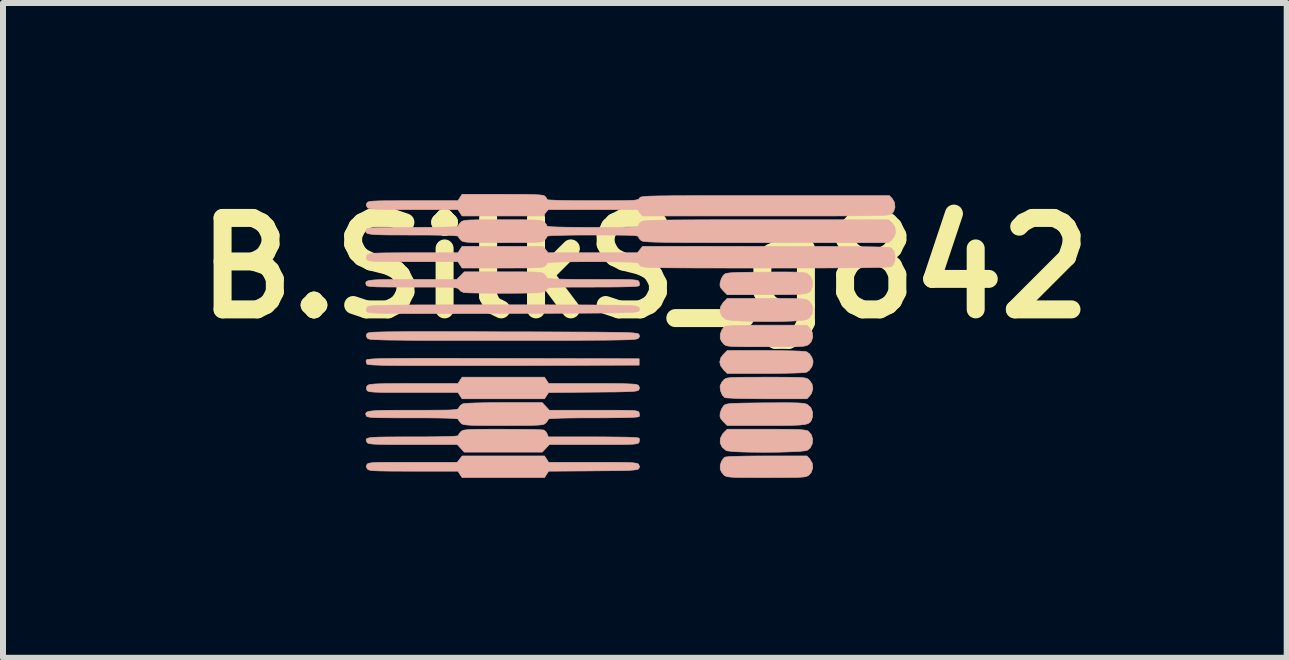
<source format=kicad_pcb>
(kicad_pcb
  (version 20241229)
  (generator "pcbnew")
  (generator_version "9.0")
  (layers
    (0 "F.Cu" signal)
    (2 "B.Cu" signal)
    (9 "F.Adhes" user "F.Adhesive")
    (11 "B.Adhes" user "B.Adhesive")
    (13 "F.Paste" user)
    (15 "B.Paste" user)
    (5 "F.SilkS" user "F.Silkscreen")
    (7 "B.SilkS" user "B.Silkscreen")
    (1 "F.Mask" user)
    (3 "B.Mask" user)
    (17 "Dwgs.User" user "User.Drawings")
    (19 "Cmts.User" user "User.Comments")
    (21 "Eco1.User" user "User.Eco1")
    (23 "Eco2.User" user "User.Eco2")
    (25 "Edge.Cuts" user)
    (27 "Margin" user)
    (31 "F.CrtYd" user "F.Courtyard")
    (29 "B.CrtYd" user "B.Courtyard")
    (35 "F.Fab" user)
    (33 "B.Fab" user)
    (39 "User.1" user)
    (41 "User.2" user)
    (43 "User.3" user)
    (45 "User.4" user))
  (footprint "B.SilkS_g842"
    (layer "F.Cu")
    (at 7.7 1.418)
    (property "Reference" "B.SilkS_g842" (at 0 0 0) (layer "F.SilkS") (effects (font (size 1.524 1.524) (thickness 0.3))))
    (attr through_hole)
    (fp_poly (pts (xy 2.184 1.377) (xy 2.342 1.379) (xy 2.478 1.382) (xy 2.585 1.386) (xy 2.66 1.391) (xy 2.698 1.397) (xy 2.698 1.397) (xy 2.748 1.434) (xy 2.785 1.492) (xy 2.804 1.549) (xy 2.801 1.595) (xy 2.785 1.641) (xy 2.746 1.701) (xy 2.698 1.736) (xy 2.662 1.742) (xy 2.588 1.747) (xy 2.482 1.751) (xy 2.347 1.754) (xy 2.189 1.756) (xy 2.014 1.757) (xy 2.008 1.757) (xy 1.373 1.757) (xy 1.311 1.695) (xy 1.261 1.624) (xy 1.249 1.566) (xy 1.268 1.493) (xy 1.311 1.438) (xy 1.373 1.376) (xy 2.008 1.376) (xy 2.184 1.377)) (stroke (width 0.01) (type solid)) (fill yes) (layer "B.SilkS"))
    (fp_poly (pts (xy 2.215 2.688) (xy 2.366 2.689) (xy 2.484 2.691) (xy 2.573 2.694) (xy 2.638 2.699) (xy 2.682 2.705) (xy 2.71 2.712) (xy 2.724 2.72) (xy 2.775 2.778) (xy 2.797 2.852) (xy 2.791 2.929) (xy 2.758 2.997) (xy 2.71 3.037) (xy 2.67 3.047) (xy 2.594 3.055) (xy 2.49 3.061) (xy 2.364 3.066) (xy 2.222 3.07) (xy 2.072 3.071) (xy 1.92 3.071) (xy 1.774 3.07) (xy 1.638 3.067) (xy 1.522 3.062) (xy 1.43 3.055) (xy 1.371 3.047) (xy 1.355 3.042) (xy 1.289 2.988) (xy 1.256 2.917) (xy 1.259 2.839) (xy 1.298 2.764) (xy 1.311 2.75) (xy 1.373 2.688) (xy 2.026 2.688) (xy 2.215 2.688)) (stroke (width 0.01) (type solid)) (fill yes) (layer "B.SilkS"))
    (fp_poly (pts (xy 2.213 0.508) (xy 2.359 0.508) (xy 2.473 0.51) (xy 2.558 0.512) (xy 2.621 0.515) (xy 2.664 0.52) (xy 2.694 0.527) (xy 2.715 0.536) (xy 2.732 0.548) (xy 2.741 0.556) (xy 2.787 0.62) (xy 2.802 0.695) (xy 2.786 0.77) (xy 2.741 0.832) (xy 2.697 0.859) (xy 2.652 0.869) (xy 2.571 0.877) (xy 2.463 0.884) (xy 2.334 0.888) (xy 2.19 0.891) (xy 2.039 0.891) (xy 1.888 0.89) (xy 1.743 0.887) (xy 1.61 0.883) (xy 1.497 0.877) (xy 1.411 0.869) (xy 1.358 0.859) (xy 1.348 0.855) (xy 1.283 0.8) (xy 1.254 0.728) (xy 1.26 0.651) (xy 1.304 0.577) (xy 1.311 0.57) (xy 1.373 0.508) (xy 2.029 0.508) (xy 2.213 0.508)) (stroke (width 0.01) (type solid)) (fill yes) (layer "B.SilkS"))
    (fp_poly (pts (xy -3.424 1.506) (xy -3.154 1.506) (xy -2.848 1.507) (xy -2.503 1.508) (xy -2.363 1.508) (xy -0.095 1.513) (xy -0.095 1.619) (xy -2.352 1.625) (xy -2.717 1.625) (xy -3.043 1.626) (xy -3.33 1.626) (xy -3.582 1.626) (xy -3.8 1.626) (xy -3.987 1.625) (xy -4.145 1.624) (xy -4.276 1.623) (xy -4.383 1.621) (xy -4.468 1.618) (xy -4.532 1.616) (xy -4.579 1.612) (xy -4.61 1.609) (xy -4.627 1.604) (xy -4.633 1.601) (xy -4.648 1.558) (xy -4.644 1.537) (xy -4.64 1.532) (xy -4.629 1.527) (xy -4.609 1.523) (xy -4.579 1.519) (xy -4.535 1.516) (xy -4.475 1.513) (xy -4.398 1.511) (xy -4.3 1.509) (xy -4.18 1.508) (xy -4.034 1.507) (xy -3.861 1.506) (xy -3.658 1.506) (xy -3.424 1.506)) (stroke (width 0.01) (type solid)) (fill yes) (layer "B.SilkS"))
    (fp_poly (pts (xy 2.209 1.82) (xy 2.356 1.821) (xy 2.47 1.822) (xy 2.556 1.824) (xy 2.619 1.827) (xy 2.663 1.832) (xy 2.693 1.839) (xy 2.715 1.848) (xy 2.731 1.86) (xy 2.742 1.869) (xy 2.787 1.933) (xy 2.8 2.011) (xy 2.779 2.088) (xy 2.75 2.129) (xy 2.702 2.18) (xy 2.034 2.18) (xy 1.86 2.179) (xy 1.703 2.177) (xy 1.567 2.174) (xy 1.458 2.17) (xy 1.379 2.166) (xy 1.336 2.161) (xy 1.331 2.159) (xy 1.291 2.116) (xy 1.263 2.05) (xy 1.254 1.982) (xy 1.257 1.959) (xy 1.283 1.905) (xy 1.317 1.863) (xy 1.331 1.851) (xy 1.349 1.842) (xy 1.376 1.834) (xy 1.415 1.829) (xy 1.472 1.825) (xy 1.551 1.823) (xy 1.657 1.821) (xy 1.795 1.821) (xy 1.969 1.82) (xy 2.024 1.82) (xy 2.209 1.82)) (stroke (width 0.01) (type solid)) (fill yes) (layer "B.SilkS"))
    (fp_poly (pts (xy 2.75 1.004) (xy 2.791 1.074) (xy 2.799 1.154) (xy 2.773 1.228) (xy 2.742 1.264) (xy 2.726 1.277) (xy 2.708 1.288) (xy 2.684 1.296) (xy 2.649 1.303) (xy 2.599 1.307) (xy 2.528 1.31) (xy 2.432 1.311) (xy 2.307 1.312) (xy 2.146 1.312) (xy 2.024 1.312) (xy 1.839 1.312) (xy 1.692 1.312) (xy 1.577 1.311) (xy 1.491 1.308) (xy 1.429 1.305) (xy 1.385 1.3) (xy 1.355 1.293) (xy 1.336 1.284) (xy 1.321 1.273) (xy 1.317 1.269) (xy 1.277 1.219) (xy 1.257 1.174) (xy 1.257 1.109) (xy 1.279 1.04) (xy 1.317 0.986) (xy 1.335 0.973) (xy 1.366 0.967) (xy 1.435 0.963) (xy 1.537 0.959) (xy 1.667 0.956) (xy 1.822 0.953) (xy 1.996 0.953) (xy 2.038 0.953) (xy 2.702 0.953) (xy 2.75 1.004)) (stroke (width 0.01) (type solid)) (fill yes) (layer "B.SilkS"))
    (fp_poly (pts (xy 2.75 3.184) (xy 2.791 3.255) (xy 2.799 3.334) (xy 2.773 3.408) (xy 2.742 3.444) (xy 2.726 3.458) (xy 2.708 3.468) (xy 2.684 3.477) (xy 2.649 3.483) (xy 2.599 3.487) (xy 2.528 3.49) (xy 2.432 3.491) (xy 2.307 3.492) (xy 2.146 3.492) (xy 2.024 3.493) (xy 1.839 3.492) (xy 1.692 3.492) (xy 1.577 3.491) (xy 1.491 3.489) (xy 1.429 3.485) (xy 1.385 3.48) (xy 1.355 3.473) (xy 1.336 3.464) (xy 1.321 3.453) (xy 1.317 3.45) (xy 1.277 3.399) (xy 1.257 3.354) (xy 1.257 3.289) (xy 1.279 3.22) (xy 1.317 3.166) (xy 1.335 3.153) (xy 1.366 3.148) (xy 1.435 3.143) (xy 1.537 3.139) (xy 1.667 3.136) (xy 1.822 3.134) (xy 1.996 3.133) (xy 2.038 3.133) (xy 2.702 3.133) (xy 2.75 3.184)) (stroke (width 0.01) (type solid)) (fill yes) (layer "B.SilkS"))
    (fp_poly (pts (xy 2.453 0.067) (xy 2.542 0.069) (xy 2.607 0.073) (xy 2.653 0.078) (xy 2.686 0.086) (xy 2.708 0.095) (xy 2.766 0.146) (xy 2.796 0.22) (xy 2.794 0.304) (xy 2.788 0.323) (xy 2.776 0.356) (xy 2.762 0.382) (xy 2.74 0.402) (xy 2.707 0.418) (xy 2.658 0.429) (xy 2.589 0.436) (xy 2.495 0.441) (xy 2.372 0.443) (xy 2.215 0.444) (xy 2.026 0.445) (xy 1.373 0.445) (xy 1.308 0.38) (xy 1.267 0.332) (xy 1.252 0.29) (xy 1.256 0.238) (xy 1.277 0.174) (xy 1.31 0.12) (xy 1.312 0.118) (xy 1.326 0.105) (xy 1.344 0.095) (xy 1.37 0.088) (xy 1.41 0.082) (xy 1.467 0.078) (xy 1.547 0.074) (xy 1.655 0.072) (xy 1.795 0.07) (xy 1.971 0.068) (xy 2 0.068) (xy 2.187 0.066) (xy 2.337 0.066) (xy 2.453 0.067)) (stroke (width 0.01) (type solid)) (fill yes) (layer "B.SilkS"))
    (fp_poly (pts (xy 2.453 2.247) (xy 2.542 2.249) (xy 2.607 2.253) (xy 2.653 2.258) (xy 2.686 2.266) (xy 2.708 2.275) (xy 2.766 2.326) (xy 2.796 2.401) (xy 2.794 2.484) (xy 2.788 2.503) (xy 2.776 2.536) (xy 2.762 2.562) (xy 2.74 2.582) (xy 2.707 2.598) (xy 2.658 2.609) (xy 2.589 2.617) (xy 2.495 2.621) (xy 2.372 2.624) (xy 2.215 2.625) (xy 2.026 2.625) (xy 1.373 2.625) (xy 1.308 2.56) (xy 1.267 2.512) (xy 1.252 2.47) (xy 1.256 2.419) (xy 1.277 2.354) (xy 1.31 2.301) (xy 1.312 2.298) (xy 1.326 2.285) (xy 1.344 2.276) (xy 1.37 2.268) (xy 1.41 2.262) (xy 1.467 2.258) (xy 1.547 2.255) (xy 1.655 2.252) (xy 1.795 2.25) (xy 1.971 2.248) (xy 2 2.248) (xy 2.187 2.247) (xy 2.337 2.246) (xy 2.453 2.247)) (stroke (width 0.01) (type solid)) (fill yes) (layer "B.SilkS"))
    (fp_poly (pts (xy -1.638 1.873) (xy -1.604 1.926) (xy -0.868 1.926) (xy -0.669 1.926) (xy -0.509 1.927) (xy -0.383 1.928) (xy -0.286 1.931) (xy -0.215 1.934) (xy -0.165 1.938) (xy -0.133 1.944) (xy -0.114 1.952) (xy -0.104 1.96) (xy -0.088 2) (xy -0.099 2.028) (xy -0.108 2.038) (xy -0.126 2.046) (xy -0.156 2.052) (xy -0.203 2.057) (xy -0.272 2.06) (xy -0.365 2.063) (xy -0.487 2.066) (xy -0.643 2.067) (xy -0.837 2.069) (xy -0.863 2.069) (xy -1.604 2.075) (xy -1.639 2.128) (xy -1.673 2.18) (xy -3.047 2.18) (xy -3.082 2.127) (xy -3.116 2.074) (xy -3.865 2.074) (xy -4.062 2.074) (xy -4.222 2.074) (xy -4.348 2.073) (xy -4.444 2.071) (xy -4.515 2.068) (xy -4.565 2.064) (xy -4.597 2.059) (xy -4.617 2.052) (xy -4.629 2.043) (xy -4.635 2.033) (xy -4.644 1.991) (xy -4.623 1.959) (xy -4.61 1.95) (xy -4.587 1.943) (xy -4.55 1.938) (xy -4.495 1.933) (xy -4.417 1.93) (xy -4.313 1.928) (xy -4.178 1.927) (xy -4.008 1.926) (xy -3.853 1.926) (xy -3.116 1.926) (xy -3.082 1.873) (xy -3.047 1.82) (xy -1.673 1.82) (xy -1.638 1.873)) (stroke (width 0.01) (type solid)) (fill yes) (layer "B.SilkS"))
    (fp_poly (pts (xy -1.638 3.186) (xy -1.604 3.239) (xy -0.868 3.239) (xy -0.669 3.239) (xy -0.509 3.239) (xy -0.383 3.241) (xy -0.286 3.243) (xy -0.215 3.246) (xy -0.165 3.251) (xy -0.133 3.257) (xy -0.114 3.264) (xy -0.104 3.272) (xy -0.088 3.313) (xy -0.099 3.341) (xy -0.108 3.35) (xy -0.126 3.358) (xy -0.156 3.364) (xy -0.203 3.369) (xy -0.272 3.373) (xy -0.365 3.376) (xy -0.487 3.378) (xy -0.643 3.38) (xy -0.837 3.381) (xy -0.863 3.382) (xy -1.604 3.387) (xy -1.639 3.44) (xy -1.673 3.493) (xy -3.047 3.493) (xy -3.082 3.44) (xy -3.116 3.387) (xy -3.853 3.387) (xy -4.052 3.386) (xy -4.213 3.386) (xy -4.341 3.384) (xy -4.438 3.382) (xy -4.51 3.379) (xy -4.56 3.374) (xy -4.594 3.368) (xy -4.614 3.36) (xy -4.623 3.353) (xy -4.645 3.315) (xy -4.635 3.279) (xy -4.627 3.269) (xy -4.615 3.26) (xy -4.593 3.253) (xy -4.559 3.248) (xy -4.506 3.244) (xy -4.432 3.241) (xy -4.331 3.24) (xy -4.2 3.239) (xy -4.035 3.239) (xy -3.871 3.239) (xy -3.128 3.239) (xy -3.087 3.186) (xy -3.045 3.133) (xy -1.673 3.133) (xy -1.638 3.186)) (stroke (width 0.01) (type solid)) (fill yes) (layer "B.SilkS"))
    (fp_poly (pts (xy -3.444 1.061) (xy -3.182 1.062) (xy -2.883 1.062) (xy -2.546 1.063) (xy -2.367 1.064) (xy -2.009 1.064) (xy -1.692 1.065) (xy -1.412 1.066) (xy -1.167 1.067) (xy -0.955 1.068) (xy -0.774 1.069) (xy -0.62 1.071) (xy -0.492 1.073) (xy -0.387 1.075) (xy -0.303 1.077) (xy -0.238 1.08) (xy -0.188 1.083) (xy -0.152 1.087) (xy -0.128 1.091) (xy -0.112 1.096) (xy -0.103 1.101) (xy -0.098 1.107) (xy -0.087 1.142) (xy -0.11 1.172) (xy -0.115 1.176) (xy -0.127 1.181) (xy -0.148 1.185) (xy -0.182 1.189) (xy -0.231 1.193) (xy -0.296 1.196) (xy -0.382 1.198) (xy -0.488 1.2) (xy -0.619 1.202) (xy -0.776 1.203) (xy -0.962 1.204) (xy -1.179 1.205) (xy -1.429 1.206) (xy -1.714 1.206) (xy -2.038 1.206) (xy -2.373 1.206) (xy -2.731 1.206) (xy -3.048 1.206) (xy -3.328 1.206) (xy -3.572 1.205) (xy -3.784 1.205) (xy -3.965 1.204) (xy -4.119 1.202) (xy -4.246 1.201) (xy -4.35 1.199) (xy -4.433 1.196) (xy -4.498 1.194) (xy -4.546 1.19) (xy -4.581 1.187) (xy -4.604 1.182) (xy -4.617 1.177) (xy -4.623 1.173) (xy -4.645 1.135) (xy -4.635 1.099) (xy -4.63 1.093) (xy -4.623 1.087) (xy -4.611 1.082) (xy -4.591 1.077) (xy -4.561 1.074) (xy -4.518 1.07) (xy -4.461 1.068) (xy -4.386 1.066) (xy -4.292 1.064) (xy -4.176 1.063) (xy -4.036 1.062) (xy -3.868 1.061) (xy -3.672 1.061) (xy -3.444 1.061)) (stroke (width 0.01) (type solid)) (fill yes) (layer "B.SilkS"))
    (fp_poly (pts (xy -2.013 0.614) (xy -1.692 0.614) (xy -1.409 0.615) (xy -1.162 0.615) (xy -0.947 0.616) (xy -0.764 0.617) (xy -0.609 0.619) (xy -0.48 0.62) (xy -0.375 0.622) (xy -0.291 0.625) (xy -0.227 0.628) (xy -0.179 0.631) (xy -0.146 0.635) (xy -0.125 0.64) (xy -0.115 0.644) (xy -0.087 0.675) (xy -0.095 0.709) (xy -0.098 0.713) (xy -0.103 0.719) (xy -0.112 0.725) (xy -0.128 0.729) (xy -0.153 0.734) (xy -0.189 0.737) (xy -0.239 0.741) (xy -0.305 0.743) (xy -0.389 0.746) (xy -0.494 0.748) (xy -0.623 0.749) (xy -0.777 0.751) (xy -0.959 0.752) (xy -1.172 0.753) (xy -1.417 0.754) (xy -1.698 0.755) (xy -2.016 0.756) (xy -2.367 0.757) (xy -2.724 0.758) (xy -3.041 0.758) (xy -3.32 0.759) (xy -3.565 0.759) (xy -3.776 0.759) (xy -3.958 0.759) (xy -4.111 0.758) (xy -4.239 0.757) (xy -4.343 0.756) (xy -4.427 0.754) (xy -4.492 0.751) (xy -4.542 0.748) (xy -4.578 0.745) (xy -4.602 0.741) (xy -4.618 0.736) (xy -4.627 0.731) (xy -4.633 0.724) (xy -4.635 0.721) (xy -4.644 0.679) (xy -4.623 0.647) (xy -4.615 0.642) (xy -4.599 0.637) (xy -4.573 0.633) (xy -4.536 0.629) (xy -4.484 0.626) (xy -4.415 0.623) (xy -4.327 0.621) (xy -4.217 0.619) (xy -4.084 0.618) (xy -3.924 0.616) (xy -3.735 0.615) (xy -3.516 0.615) (xy -3.263 0.614) (xy -2.974 0.614) (xy -2.647 0.614) (xy -2.373 0.614) (xy -2.013 0.614)) (stroke (width 0.01) (type solid)) (fill yes) (layer "B.SilkS"))
    (fp_poly (pts (xy -2.209 2.689) (xy -2.058 2.69) (xy -1.925 2.692) (xy -1.816 2.694) (xy -1.736 2.697) (xy -1.69 2.7) (xy -1.683 2.702) (xy -1.648 2.731) (xy -1.629 2.765) (xy -1.61 2.815) (xy -0.859 2.815) (xy -0.64 2.816) (xy -0.456 2.818) (xy -0.308 2.82) (xy -0.197 2.824) (xy -0.126 2.83) (xy -0.096 2.836) (xy -0.095 2.837) (xy -0.09 2.872) (xy -0.095 2.9) (xy -0.1 2.911) (xy -0.11 2.92) (xy -0.128 2.927) (xy -0.159 2.933) (xy -0.208 2.937) (xy -0.278 2.939) (xy -0.373 2.941) (xy -0.499 2.942) (xy -0.658 2.942) (xy -0.85 2.942) (xy -1.592 2.942) (xy -1.71 3.069) (xy -3.01 3.069) (xy -3.128 2.942) (xy -3.871 2.942) (xy -4.068 2.942) (xy -4.228 2.942) (xy -4.353 2.94) (xy -4.449 2.938) (xy -4.519 2.936) (xy -4.568 2.931) (xy -4.6 2.926) (xy -4.619 2.919) (xy -4.629 2.91) (xy -4.632 2.905) (xy -4.643 2.882) (xy -4.647 2.864) (xy -4.64 2.849) (xy -4.62 2.837) (xy -4.581 2.829) (xy -4.521 2.823) (xy -4.436 2.819) (xy -4.321 2.817) (xy -4.174 2.816) (xy -3.99 2.815) (xy -3.872 2.815) (xy -3.65 2.815) (xy -3.464 2.813) (xy -3.317 2.81) (xy -3.208 2.806) (xy -3.14 2.801) (xy -3.112 2.795) (xy -3.111 2.794) (xy -3.098 2.765) (xy -3.069 2.731) (xy -3.056 2.719) (xy -3.038 2.709) (xy -3.012 2.702) (xy -2.972 2.697) (xy -2.915 2.693) (xy -2.835 2.69) (xy -2.727 2.689) (xy -2.587 2.688) (xy -2.411 2.688) (xy -2.372 2.688) (xy -2.209 2.689)) (stroke (width 0.01) (type solid)) (fill yes) (layer "B.SilkS"))
    (fp_poly (pts (xy -2.179 0.064) (xy -2.034 0.064) (xy -1.921 0.065) (xy -1.837 0.068) (xy -1.776 0.071) (xy -1.734 0.076) (xy -1.707 0.083) (xy -1.688 0.092) (xy -1.674 0.104) (xy -1.672 0.106) (xy -1.641 0.144) (xy -1.63 0.169) (xy -1.609 0.176) (xy -1.547 0.181) (xy -1.444 0.185) (xy -1.303 0.188) (xy -1.123 0.19) (xy -0.907 0.19) (xy -0.869 0.191) (xy -0.67 0.191) (xy -0.509 0.191) (xy -0.381 0.192) (xy -0.284 0.193) (xy -0.213 0.196) (xy -0.163 0.2) (xy -0.13 0.205) (xy -0.111 0.212) (xy -0.101 0.221) (xy -0.096 0.231) (xy -0.095 0.233) (xy -0.09 0.277) (xy -0.095 0.296) (xy -0.12 0.302) (xy -0.186 0.308) (xy -0.291 0.312) (xy -0.435 0.315) (xy -0.615 0.317) (xy -0.83 0.317) (xy -0.867 0.318) (xy -1.066 0.318) (xy -1.227 0.318) (xy -1.354 0.319) (xy -1.451 0.321) (xy -1.523 0.323) (xy -1.572 0.327) (xy -1.604 0.333) (xy -1.623 0.339) (xy -1.632 0.348) (xy -1.635 0.357) (xy -1.666 0.391) (xy -1.728 0.409) (xy -1.769 0.413) (xy -1.846 0.415) (xy -1.951 0.417) (xy -2.077 0.419) (xy -2.218 0.42) (xy -2.365 0.42) (xy -2.513 0.42) (xy -2.655 0.419) (xy -2.783 0.417) (xy -2.891 0.415) (xy -2.971 0.412) (xy -3.018 0.409) (xy -3.022 0.408) (xy -3.072 0.384) (xy -3.096 0.358) (xy -3.105 0.348) (xy -3.118 0.339) (xy -3.14 0.332) (xy -3.176 0.327) (xy -3.229 0.323) (xy -3.303 0.32) (xy -3.404 0.319) (xy -3.535 0.318) (xy -3.7 0.318) (xy -3.876 0.318) (xy -4.076 0.317) (xy -4.238 0.317) (xy -4.366 0.316) (xy -4.464 0.314) (xy -4.535 0.311) (xy -4.585 0.306) (xy -4.617 0.301) (xy -4.635 0.294) (xy -4.643 0.285) (xy -4.644 0.283) (xy -4.652 0.259) (xy -4.651 0.24) (xy -4.64 0.225) (xy -4.614 0.213) (xy -4.568 0.204) (xy -4.5 0.198) (xy -4.406 0.194) (xy -4.281 0.192) (xy -4.123 0.191) (xy -3.927 0.191) (xy -3.873 0.191) (xy -3.136 0.191) (xy -3.009 0.064) (xy -2.362 0.064) (xy -2.179 0.064)) (stroke (width 0.01) (type solid)) (fill yes) (layer "B.SilkS"))
    (fp_poly (pts (xy -1.592 2.371) (xy -0.85 2.371) (xy -0.654 2.371) (xy -0.495 2.371) (xy -0.37 2.372) (xy -0.276 2.374) (xy -0.206 2.376) (xy -0.158 2.38) (xy -0.127 2.386) (xy -0.109 2.393) (xy -0.1 2.402) (xy -0.095 2.413) (xy -0.09 2.457) (xy -0.095 2.476) (xy -0.12 2.483) (xy -0.186 2.488) (xy -0.291 2.492) (xy -0.435 2.495) (xy -0.614 2.497) (xy -0.829 2.498) (xy -0.858 2.498) (xy -1.079 2.498) (xy -1.262 2.5) (xy -1.408 2.503) (xy -1.515 2.507) (xy -1.582 2.512) (xy -1.608 2.518) (xy -1.609 2.519) (xy -1.622 2.548) (xy -1.651 2.582) (xy -1.665 2.594) (xy -1.682 2.604) (xy -1.708 2.611) (xy -1.747 2.616) (xy -1.804 2.62) (xy -1.883 2.622) (xy -1.99 2.624) (xy -2.128 2.624) (xy -2.303 2.625) (xy -2.36 2.625) (xy -2.546 2.625) (xy -2.694 2.624) (xy -2.809 2.623) (xy -2.896 2.621) (xy -2.959 2.617) (xy -3.003 2.612) (xy -3.032 2.606) (xy -3.051 2.597) (xy -3.065 2.586) (xy -3.069 2.582) (xy -3.1 2.544) (xy -3.111 2.519) (xy -3.132 2.513) (xy -3.195 2.507) (xy -3.297 2.503) (xy -3.438 2.5) (xy -3.618 2.498) (xy -3.834 2.498) (xy -3.871 2.498) (xy -4.072 2.498) (xy -4.235 2.497) (xy -4.363 2.496) (xy -4.461 2.494) (xy -4.533 2.491) (xy -4.584 2.487) (xy -4.616 2.481) (xy -4.634 2.474) (xy -4.643 2.466) (xy -4.644 2.463) (xy -4.652 2.44) (xy -4.652 2.421) (xy -4.64 2.405) (xy -4.614 2.394) (xy -4.569 2.385) (xy -4.502 2.379) (xy -4.409 2.375) (xy -4.286 2.372) (xy -4.129 2.371) (xy -3.935 2.371) (xy -3.862 2.371) (xy -3.664 2.371) (xy -3.505 2.37) (xy -3.38 2.369) (xy -3.284 2.368) (xy -3.214 2.365) (xy -3.165 2.361) (xy -3.134 2.356) (xy -3.116 2.349) (xy -3.106 2.34) (xy -3.101 2.329) (xy -3.101 2.327) (xy -3.071 2.287) (xy -3.034 2.264) (xy -3 2.259) (xy -2.93 2.254) (xy -2.828 2.25) (xy -2.702 2.247) (xy -2.556 2.245) (xy -2.397 2.244) (xy -2.346 2.244) (xy -1.71 2.244) (xy -1.592 2.371)) (stroke (width 0.01) (type solid)) (fill yes) (layer "B.SilkS"))
    (fp_poly (pts (xy -2.182 -1.227) (xy -2.03 -1.227) (xy -1.911 -1.225) (xy -1.821 -1.222) (xy -1.757 -1.219) (xy -1.712 -1.213) (xy -1.684 -1.207) (xy -1.667 -1.198) (xy -1.663 -1.194) (xy -1.636 -1.16) (xy -1.63 -1.141) (xy -1.609 -1.136) (xy -1.55 -1.132) (xy -1.454 -1.128) (xy -1.327 -1.125) (xy -1.17 -1.123) (xy -0.988 -1.122) (xy -0.873 -1.122) (xy -0.674 -1.122) (xy -0.513 -1.122) (xy -0.386 -1.123) (xy -0.289 -1.125) (xy -0.217 -1.128) (xy -0.166 -1.131) (xy -0.132 -1.137) (xy -0.111 -1.144) (xy -0.098 -1.153) (xy -0.09 -1.164) (xy -0.09 -1.164) (xy -0.085 -1.171) (xy -0.077 -1.177) (xy -0.065 -1.183) (xy -0.045 -1.187) (xy -0.015 -1.191) (xy 0.027 -1.195) (xy 0.084 -1.198) (xy 0.159 -1.2) (xy 0.254 -1.202) (xy 0.371 -1.203) (xy 0.513 -1.205) (xy 0.682 -1.205) (xy 0.882 -1.206) (xy 1.114 -1.206) (xy 1.381 -1.206) (xy 1.685 -1.206) (xy 2.007 -1.206) (xy 4.078 -1.206) (xy 4.124 -1.158) (xy 4.162 -1.091) (xy 4.17 -1.014) (xy 4.148 -0.943) (xy 4.124 -0.911) (xy 4.115 -0.904) (xy 4.105 -0.898) (xy 4.09 -0.892) (xy 4.069 -0.887) (xy 4.038 -0.883) (xy 3.995 -0.88) (xy 3.937 -0.877) (xy 3.862 -0.874) (xy 3.767 -0.872) (xy 3.65 -0.871) (xy 3.509 -0.87) (xy 3.34 -0.869) (xy 3.142 -0.868) (xy 2.911 -0.868) (xy 2.645 -0.868) (xy 2.342 -0.868) (xy 2.019 -0.868) (xy -0.039 -0.868) (xy -0.123 -0.974) (xy -1.613 -0.974) (xy -1.696 -0.868) (xy -3.047 -0.868) (xy -3.082 -0.921) (xy -3.116 -0.974) (xy -3.853 -0.974) (xy -4.052 -0.974) (xy -4.213 -0.975) (xy -4.341 -0.976) (xy -4.438 -0.978) (xy -4.51 -0.982) (xy -4.56 -0.986) (xy -4.594 -0.992) (xy -4.614 -1) (xy -4.623 -1.007) (xy -4.645 -1.045) (xy -4.635 -1.081) (xy -4.627 -1.092) (xy -4.615 -1.1) (xy -4.594 -1.107) (xy -4.559 -1.113) (xy -4.507 -1.116) (xy -4.433 -1.119) (xy -4.332 -1.121) (xy -4.202 -1.121) (xy -4.037 -1.122) (xy -3.865 -1.122) (xy -3.116 -1.122) (xy -3.082 -1.175) (xy -3.047 -1.228) (xy -2.372 -1.228) (xy -2.182 -1.227)) (stroke (width 0.01) (type solid)) (fill yes) (layer "B.SilkS"))
    (fp_poly (pts (xy -1.655 -0.307) (xy -1.613 -0.254) (xy -0.123 -0.254) (xy -0.081 -0.307) (xy -0.039 -0.36) (xy 2.019 -0.36) (xy 2.375 -0.36) (xy 2.692 -0.359) (xy 2.97 -0.359) (xy 3.212 -0.358) (xy 3.42 -0.357) (xy 3.596 -0.355) (xy 3.743 -0.353) (xy 3.862 -0.351) (xy 3.955 -0.348) (xy 4.025 -0.345) (xy 4.073 -0.341) (xy 4.102 -0.337) (xy 4.113 -0.333) (xy 4.153 -0.28) (xy 4.172 -0.206) (xy 4.168 -0.127) (xy 4.143 -0.059) (xy 4.113 -0.026) (xy 4.099 -0.022) (xy 4.066 -0.018) (xy 4.015 -0.014) (xy 3.941 -0.011) (xy 3.844 -0.009) (xy 3.72 -0.006) (xy 3.569 -0.004) (xy 3.388 -0.003) (xy 3.174 -0.002) (xy 2.926 -0.001) (xy 2.642 -0.000378) (xy 2.319 -0.000075) (xy 2.019 0) (xy 1.675 -0.000052) (xy 1.371 -0.000234) (xy 1.105 -0.001) (xy 0.874 -0.001) (xy 0.675 -0.002) (xy 0.506 -0.003) (xy 0.364 -0.004) (xy 0.248 -0.006) (xy 0.154 -0.008) (xy 0.081 -0.011) (xy 0.025 -0.014) (xy -0.016 -0.018) (xy -0.044 -0.022) (xy -0.062 -0.027) (xy -0.071 -0.032) (xy -0.073 -0.033) (xy -0.099 -0.068) (xy -0.106 -0.086) (xy -0.126 -0.091) (xy -0.186 -0.096) (xy -0.281 -0.099) (xy -0.409 -0.102) (xy -0.566 -0.104) (xy -0.748 -0.106) (xy -0.868 -0.106) (xy -1.064 -0.105) (xy -1.236 -0.104) (xy -1.382 -0.101) (xy -1.497 -0.098) (xy -1.578 -0.094) (xy -1.622 -0.089) (xy -1.63 -0.086) (xy -1.643 -0.057) (xy -1.663 -0.033) (xy -1.677 -0.024) (xy -1.701 -0.016) (xy -1.739 -0.011) (xy -1.796 -0.006) (xy -1.877 -0.003) (xy -1.985 -0.001) (xy -2.125 -0.00043) (xy -2.301 -0.000025) (xy -2.372 0) (xy -3.047 0) (xy -3.082 -0.053) (xy -3.116 -0.106) (xy -3.865 -0.106) (xy -4.062 -0.106) (xy -4.222 -0.106) (xy -4.348 -0.107) (xy -4.444 -0.109) (xy -4.515 -0.112) (xy -4.565 -0.116) (xy -4.597 -0.121) (xy -4.617 -0.128) (xy -4.629 -0.137) (xy -4.635 -0.147) (xy -4.644 -0.189) (xy -4.623 -0.221) (xy -4.61 -0.23) (xy -4.587 -0.237) (xy -4.55 -0.243) (xy -4.495 -0.247) (xy -4.417 -0.25) (xy -4.313 -0.252) (xy -4.178 -0.253) (xy -4.008 -0.254) (xy -3.853 -0.254) (xy -3.116 -0.254) (xy -3.082 -0.307) (xy -3.047 -0.36) (xy -1.696 -0.36) (xy -1.655 -0.307)) (stroke (width 0.01) (type solid)) (fill yes) (layer "B.SilkS"))
    (fp_poly (pts (xy 4.119 -0.755) (xy 4.165 -0.69) (xy 4.18 -0.611) (xy 4.163 -0.533) (xy 4.119 -0.472) (xy 4.062 -0.423) (xy 2.025 -0.423) (xy 1.683 -0.423) (xy 1.38 -0.424) (xy 1.115 -0.424) (xy 0.885 -0.425) (xy 0.687 -0.425) (xy 0.519 -0.427) (xy 0.378 -0.428) (xy 0.262 -0.43) (xy 0.169 -0.432) (xy 0.096 -0.435) (xy 0.04 -0.438) (xy -0.001 -0.442) (xy -0.03 -0.446) (xy -0.048 -0.451) (xy -0.059 -0.456) (xy -0.094 -0.491) (xy -0.106 -0.52) (xy -0.111 -0.528) (xy -0.129 -0.534) (xy -0.163 -0.54) (xy -0.217 -0.544) (xy -0.296 -0.547) (xy -0.403 -0.548) (xy -0.541 -0.55) (xy -0.716 -0.55) (xy -0.868 -0.55) (xy -1.09 -0.55) (xy -1.276 -0.548) (xy -1.424 -0.545) (xy -1.532 -0.541) (xy -1.601 -0.536) (xy -1.629 -0.53) (xy -1.63 -0.529) (xy -1.643 -0.5) (xy -1.672 -0.466) (xy -1.686 -0.454) (xy -1.703 -0.444) (xy -1.729 -0.437) (xy -1.769 -0.432) (xy -1.826 -0.428) (xy -1.906 -0.426) (xy -2.014 -0.424) (xy -2.153 -0.424) (xy -2.329 -0.423) (xy -2.371 -0.423) (xy -2.555 -0.423) (xy -2.702 -0.424) (xy -2.815 -0.425) (xy -2.9 -0.427) (xy -2.962 -0.431) (xy -3.005 -0.436) (xy -3.033 -0.443) (xy -3.052 -0.452) (xy -3.066 -0.463) (xy -3.069 -0.466) (xy -3.1 -0.504) (xy -3.111 -0.529) (xy -3.132 -0.535) (xy -3.195 -0.541) (xy -3.297 -0.545) (xy -3.438 -0.548) (xy -3.617 -0.55) (xy -3.833 -0.55) (xy -3.86 -0.55) (xy -4.068 -0.551) (xy -4.237 -0.551) (xy -4.371 -0.553) (xy -4.474 -0.557) (xy -4.549 -0.562) (xy -4.601 -0.57) (xy -4.633 -0.581) (xy -4.649 -0.595) (xy -4.653 -0.612) (xy -4.647 -0.634) (xy -4.644 -0.643) (xy -4.637 -0.652) (xy -4.622 -0.659) (xy -4.593 -0.665) (xy -4.548 -0.67) (xy -4.481 -0.673) (xy -4.39 -0.675) (xy -4.269 -0.676) (xy -4.115 -0.677) (xy -3.924 -0.677) (xy -3.871 -0.677) (xy -3.649 -0.678) (xy -3.464 -0.68) (xy -3.317 -0.683) (xy -3.208 -0.686) (xy -3.14 -0.691) (xy -3.112 -0.697) (xy -3.111 -0.699) (xy -3.098 -0.728) (xy -3.069 -0.762) (xy -3.056 -0.774) (xy -3.038 -0.783) (xy -3.012 -0.791) (xy -2.972 -0.796) (xy -2.915 -0.8) (xy -2.835 -0.802) (xy -2.727 -0.804) (xy -2.588 -0.804) (xy -2.412 -0.804) (xy -2.371 -0.804) (xy -2.186 -0.804) (xy -2.04 -0.804) (xy -1.926 -0.802) (xy -1.841 -0.8) (xy -1.779 -0.797) (xy -1.736 -0.792) (xy -1.708 -0.785) (xy -1.689 -0.776) (xy -1.675 -0.765) (xy -1.672 -0.762) (xy -1.641 -0.724) (xy -1.63 -0.699) (xy -1.609 -0.692) (xy -1.547 -0.687) (xy -1.444 -0.683) (xy -1.303 -0.68) (xy -1.123 -0.678) (xy -0.907 -0.677) (xy -0.868 -0.677) (xy -0.665 -0.678) (xy -0.501 -0.678) (xy -0.371 -0.68) (xy -0.272 -0.682) (xy -0.2 -0.685) (xy -0.152 -0.689) (xy -0.122 -0.695) (xy -0.108 -0.702) (xy -0.106 -0.708) (xy -0.09 -0.742) (xy -0.059 -0.771) (xy -0.047 -0.777) (xy -0.028 -0.782) (xy 0.001 -0.786) (xy 0.042 -0.79) (xy 0.099 -0.793) (xy 0.173 -0.796) (xy 0.268 -0.798) (xy 0.385 -0.8) (xy 0.527 -0.801) (xy 0.696 -0.802) (xy 0.896 -0.803) (xy 1.128 -0.804) (xy 1.395 -0.804) (xy 1.7 -0.804) (xy 2.025 -0.804) (xy 4.062 -0.804) (xy 4.119 -0.755)) (stroke (width 0.01) (type solid)) (fill yes) (layer "B.SilkS")))
  (gr_rect
    (start -3 -3)
    (end 18.4 7.916)
    (stroke (width 0.1) (type default))
    (fill no)
    (layer "Edge.Cuts")))
</source>
